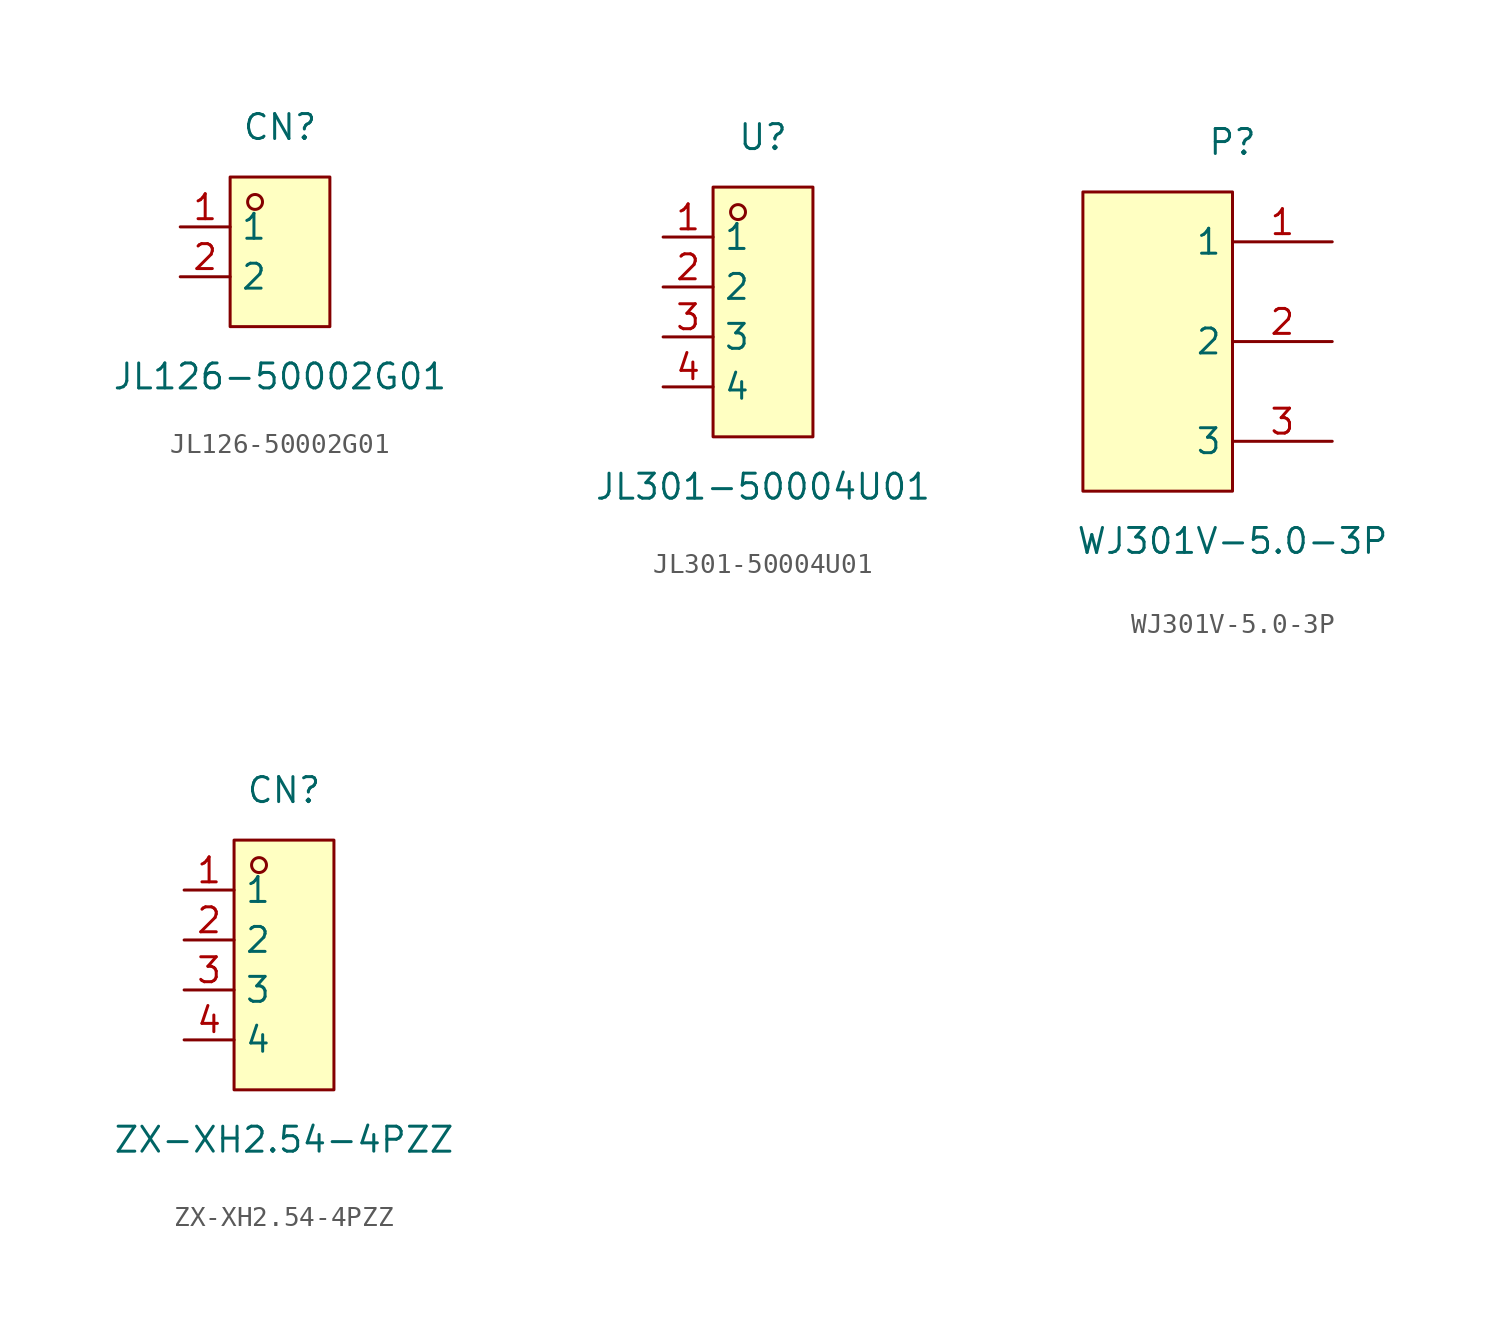
<source format=kicad_sym>
(kicad_symbol_lib
  (version 20231120)
  (generator "kicad_symbol_editor")
  (generator_version "8.0")
  (symbol "JL126-50002G01"
    (property "Reference" "CN"
      (at 0 6.35 0)
      (effects (font (size 1.27 1.27))))
    (property "Value" "JL126-50002G01"
      (at 0 -6.35 0)
      (effects (font (size 1.27 1.27))))
    (symbol "JL126-50002G01_0_1"
      (rectangle (start -2.54 3.81) (end 2.54 -3.81) (stroke (width 0) (type default)) (fill (type background)))
      (circle (center -1.27 2.54) (radius 0.38) (stroke (width 0) (type default)) (fill (type none)))
      (pin unspecified line (at -5.08 1.27 0) (length 2.54) (name "1" (effects (font (size 1.27 1.27)))) (number "1" (effects (font (size 1.27 1.27)))))
      (pin unspecified line (at -5.08 -1.27 0) (length 2.54) (name "2" (effects (font (size 1.27 1.27)))) (number "2" (effects (font (size 1.27 1.27)))))))
  (symbol "JL301-50004U01"
    (property "Reference" "U"
      (at 0 8.89 0)
      (effects (font (size 1.27 1.27))))
    (property "Value" "JL301-50004U01"
      (at 0 -8.89 0)
      (effects (font (size 1.27 1.27))))
    (symbol "JL301-50004U01_0_1"
      (rectangle (start -2.54 6.35) (end 2.54 -6.35) (stroke (width 0) (type default)) (fill (type background)))
      (circle (center -1.27 5.08) (radius 0.38) (stroke (width 0) (type default)) (fill (type none)))
      (pin unspecified line (at -5.08 3.81 0) (length 2.54) (name "1" (effects (font (size 1.27 1.27)))) (number "1" (effects (font (size 1.27 1.27)))))
      (pin unspecified line (at -5.08 1.27 0) (length 2.54) (name "2" (effects (font (size 1.27 1.27)))) (number "2" (effects (font (size 1.27 1.27)))))
      (pin unspecified line (at -5.08 -1.27 0) (length 2.54) (name "3" (effects (font (size 1.27 1.27)))) (number "3" (effects (font (size 1.27 1.27)))))
      (pin unspecified line (at -5.08 -3.81 0) (length 2.54) (name "4" (effects (font (size 1.27 1.27)))) (number "4" (effects (font (size 1.27 1.27)))))))
  (symbol "WJ301V-5.0-3P"
    (property "Reference" "P"
      (at 0 10.16 0)
      (effects (font (size 1.27 1.27))))
    (property "Value" "WJ301V-5.0-3P"
      (at 0 -10.16 0)
      (effects (font (size 1.27 1.27))))
    (symbol "WJ301V-5.0-3P_0_1"
      (rectangle (start -7.62 7.62) (end 0 -7.62) (stroke (width 0) (type default)) (fill (type background)))
      (pin unspecified line (at 5.08 5.08 180) (length 5.08) (name "1" (effects (font (size 1.27 1.27)))) (number "1" (effects (font (size 1.27 1.27)))))
      (pin unspecified line (at 5.08 0 180) (length 5.08) (name "2" (effects (font (size 1.27 1.27)))) (number "2" (effects (font (size 1.27 1.27)))))
      (pin unspecified line (at 5.08 -5.08 180) (length 5.08) (name "3" (effects (font (size 1.27 1.27)))) (number "3" (effects (font (size 1.27 1.27)))))))
  (symbol "ZX-XH2.54-4PZZ"
    (property "Reference" "CN"
      (at 0 8.89 0)
      (effects (font (size 1.27 1.27))))
    (property "Value" "ZX-XH2.54-4PZZ"
      (at 0 -8.89 0)
      (effects (font (size 1.27 1.27))))
    (symbol "ZX-XH2.54-4PZZ_0_1"
      (rectangle (start -2.54 6.35) (end 2.54 -6.35) (stroke (width 0) (type default)) (fill (type background)))
      (circle (center -1.27 5.08) (radius 0.38) (stroke (width 0) (type default)) (fill (type none)))
      (pin unspecified line (at -5.08 3.81 0) (length 2.54) (name "1" (effects (font (size 1.27 1.27)))) (number "1" (effects (font (size 1.27 1.27)))))
      (pin unspecified line (at -5.08 1.27 0) (length 2.54) (name "2" (effects (font (size 1.27 1.27)))) (number "2" (effects (font (size 1.27 1.27)))))
      (pin unspecified line (at -5.08 -1.27 0) (length 2.54) (name "3" (effects (font (size 1.27 1.27)))) (number "3" (effects (font (size 1.27 1.27)))))
      (pin unspecified line (at -5.08 -3.81 0) (length 2.54) (name "4" (effects (font (size 1.27 1.27)))) (number "4" (effects (font (size 1.27 1.27))))))))
</source>
